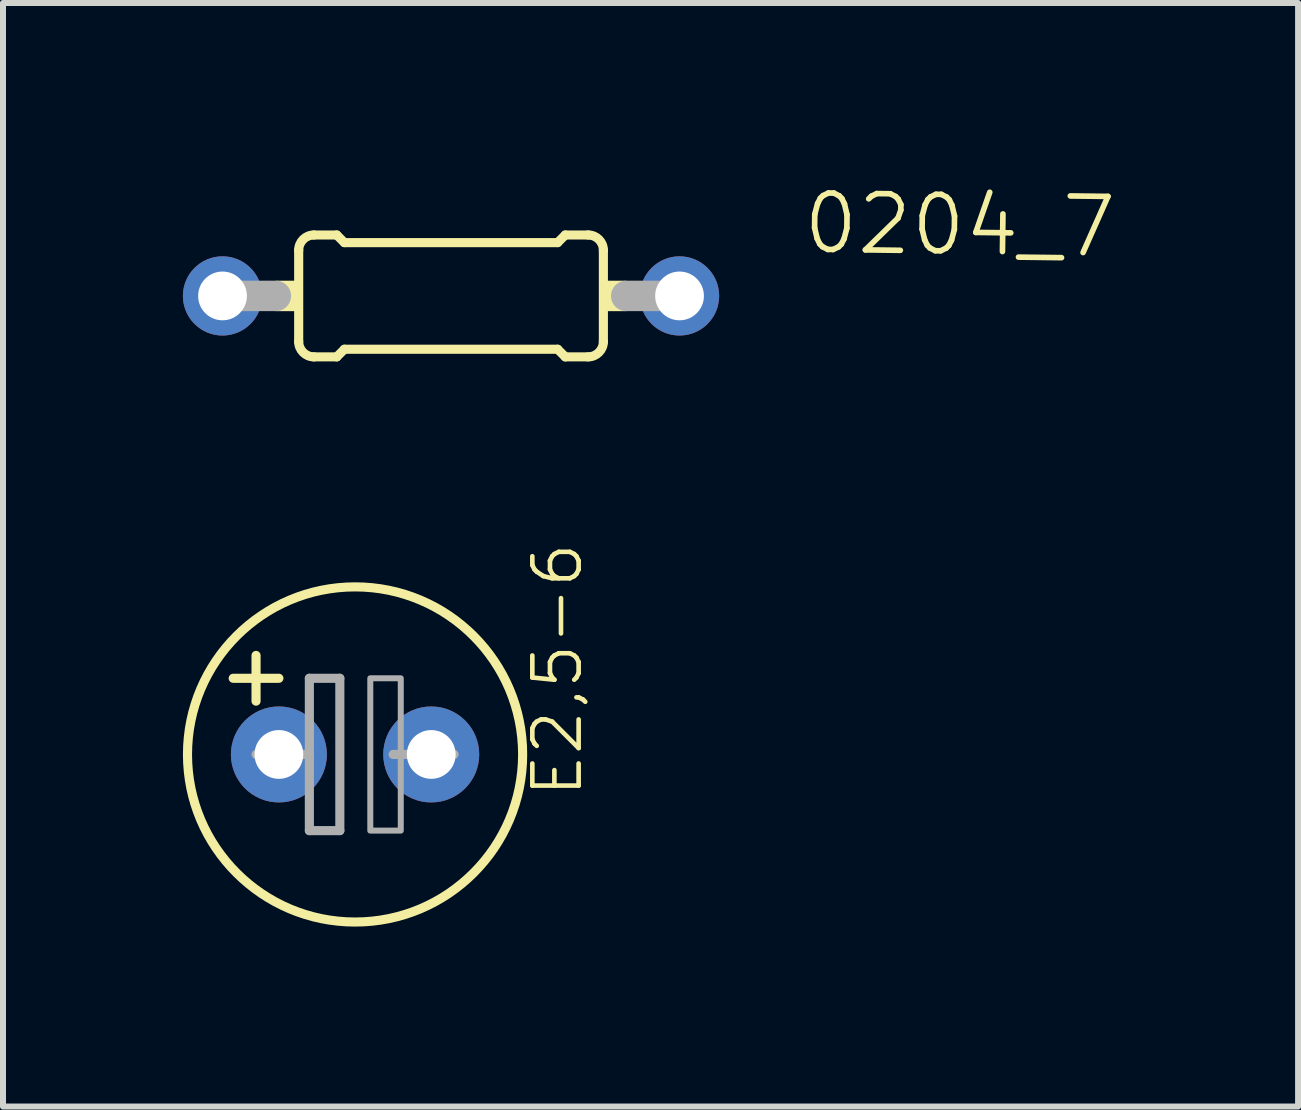
<source format=kicad_pcb>
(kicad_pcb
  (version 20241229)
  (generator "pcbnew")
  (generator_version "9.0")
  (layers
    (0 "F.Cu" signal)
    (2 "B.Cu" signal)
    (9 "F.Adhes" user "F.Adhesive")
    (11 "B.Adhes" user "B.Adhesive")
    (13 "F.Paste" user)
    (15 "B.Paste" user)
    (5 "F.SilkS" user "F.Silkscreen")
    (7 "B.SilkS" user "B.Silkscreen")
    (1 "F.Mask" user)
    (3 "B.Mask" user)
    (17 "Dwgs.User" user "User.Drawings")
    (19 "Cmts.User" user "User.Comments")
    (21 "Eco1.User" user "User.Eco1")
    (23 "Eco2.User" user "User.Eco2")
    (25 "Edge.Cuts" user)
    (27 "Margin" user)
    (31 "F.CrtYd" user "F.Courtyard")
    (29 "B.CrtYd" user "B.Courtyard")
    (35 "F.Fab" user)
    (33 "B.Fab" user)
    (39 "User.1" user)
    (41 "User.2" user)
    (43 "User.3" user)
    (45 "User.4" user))
  (footprint "E2,5-6"
    (layer "F.Cu")
    (at 2.87 9.529)
    (property "Reference" "E2,5-6" (at 3.826 0.753 270) (layer "F.SilkS") (effects (font (size 0.772 0.772) (thickness 0.077)) (justify left bottom)))
    (attr through_hole)
    (fp_line (start -2.032 -1.27) (end -1.651 -1.27) (stroke (width 0.152) (type solid)) (layer "F.SilkS"))
    (fp_line (start -1.651 -1.27) (end -1.651 -1.651) (stroke (width 0.152) (type solid)) (layer "F.SilkS"))
    (fp_line (start -1.651 -1.27) (end -1.27 -1.27) (stroke (width 0.152) (type solid)) (layer "F.SilkS"))
    (fp_line (start -1.651 -0.889) (end -1.651 -1.27) (stroke (width 0.152) (type solid)) (layer "F.SilkS"))
    (fp_circle (center 0 0) (end 2.794 0) (stroke (width 0.152) (type solid)) (fill no) (layer "F.SilkS"))
    (fp_line (start -1.651 0) (end -0.762 0) (stroke (width 0.152) (type solid)) (layer "F.Fab"))
    (fp_line (start -0.762 -1.27) (end -0.762 0) (stroke (width 0.152) (type solid)) (layer "F.Fab"))
    (fp_line (start -0.762 0) (end -0.762 1.27) (stroke (width 0.152) (type solid)) (layer "F.Fab"))
    (fp_line (start -0.762 1.27) (end -0.254 1.27) (stroke (width 0.152) (type solid)) (layer "F.Fab"))
    (fp_line (start -0.254 -1.27) (end -0.762 -1.27) (stroke (width 0.152) (type solid)) (layer "F.Fab"))
    (fp_line (start -0.254 1.27) (end -0.254 -1.27) (stroke (width 0.152) (type solid)) (layer "F.Fab"))
    (fp_line (start 0.635 0) (end 1.651 0) (stroke (width 0.152) (type solid)) (layer "F.Fab"))
    (fp_poly (pts (xy 0.254 1.27) (xy 0.762 1.27) (xy 0.762 -1.27) (xy 0.254 -1.27)) (stroke (width 0.1) (type solid)) (fill no) (layer "F.Fab"))
    (pad "+" thru_hole circle (at -1.27 0) (size 1.6 1.6) (drill 0.813) (layers "*.Cu" "*.Mask"))
    (pad "-" thru_hole circle (at 1.27 0) (size 1.6 1.6) (drill 0.813) (layers "*.Cu" "*.Mask")))
  (footprint "0204_7"
    (layer "F.Cu")
    (at 4.47 1.884)
    (property "Reference" "0204_7" (at 5.815 -0.661 359.3) (layer "F.SilkS") (effects (font (size 0.941 0.941) (thickness 0.094)) (justify left bottom)))
    (attr through_hole)
    (fp_line (start -2.54 0.762) (end -2.54 -0.762) (stroke (width 0.152) (type solid)) (layer "F.SilkS"))
    (fp_line (start -2.286 -1.016) (end -1.905 -1.016) (stroke (width 0.152) (type solid)) (layer "F.SilkS"))
    (fp_line (start -2.286 1.016) (end -1.905 1.016) (stroke (width 0.152) (type solid)) (layer "F.SilkS"))
    (fp_line (start -1.778 -0.889) (end -1.905 -1.016) (stroke (width 0.152) (type solid)) (layer "F.SilkS"))
    (fp_line (start -1.778 0.889) (end -1.905 1.016) (stroke (width 0.152) (type solid)) (layer "F.SilkS"))
    (fp_line (start 1.778 -0.889) (end -1.778 -0.889) (stroke (width 0.152) (type solid)) (layer "F.SilkS"))
    (fp_line (start 1.778 -0.889) (end 1.905 -1.016) (stroke (width 0.152) (type solid)) (layer "F.SilkS"))
    (fp_line (start 1.778 0.889) (end -1.778 0.889) (stroke (width 0.152) (type solid)) (layer "F.SilkS"))
    (fp_line (start 1.778 0.889) (end 1.905 1.016) (stroke (width 0.152) (type solid)) (layer "F.SilkS"))
    (fp_line (start 2.286 -1.016) (end 1.905 -1.016) (stroke (width 0.152) (type solid)) (layer "F.SilkS"))
    (fp_line (start 2.286 1.016) (end 1.905 1.016) (stroke (width 0.152) (type solid)) (layer "F.SilkS"))
    (fp_line (start 2.54 0.762) (end 2.54 -0.762) (stroke (width 0.152) (type solid)) (layer "F.SilkS"))
    (fp_arc (start -2.54 -0.762) (mid -2.465605 -0.941605) (end -2.286 -1.016) (stroke (width 0.1524) (type solid)) (layer "F.SilkS"))
    (fp_arc (start -2.286 1.016) (mid -2.465605 0.941605) (end -2.54 0.762) (stroke (width 0.1524) (type solid)) (layer "F.SilkS"))
    (fp_arc (start 2.286 -1.016) (mid 2.465605 -0.941605) (end 2.54 -0.762) (stroke (width 0.1524) (type solid)) (layer "F.SilkS"))
    (fp_arc (start 2.54 0.762) (mid 2.465605 0.941605) (end 2.286 1.016) (stroke (width 0.1524) (type solid)) (layer "F.SilkS"))
    (fp_poly (pts (xy -2.921 0.254) (xy -2.54 0.254) (xy -2.54 -0.254) (xy -2.921 -0.254)) (stroke (width 0) (type solid)) (fill yes) (layer "F.SilkS"))
    (fp_poly (pts (xy 2.54 0.254) (xy 2.921 0.254) (xy 2.921 -0.254) (xy 2.54 -0.254)) (stroke (width 0) (type solid)) (fill yes) (layer "F.SilkS"))
    (fp_line (start -3.81 0) (end -2.921 0) (stroke (width 0.508) (type solid)) (layer "F.Fab"))
    (fp_line (start 3.81 0) (end 2.921 0) (stroke (width 0.508) (type solid)) (layer "F.Fab"))
    (pad "1" thru_hole circle (at -3.81 0) (size 1.321 1.321) (drill 0.813) (layers "*.Cu" "*.Mask"))
    (pad "2" thru_hole circle (at 3.81 0) (size 1.321 1.321) (drill 0.813) (layers "*.Cu" "*.Mask")))
  (gr_rect
    (start -3 -3)
    (end 18.593 15.399)
    (stroke (width 0.1) (type default))
    (fill no)
    (layer "Edge.Cuts")))
</source>
